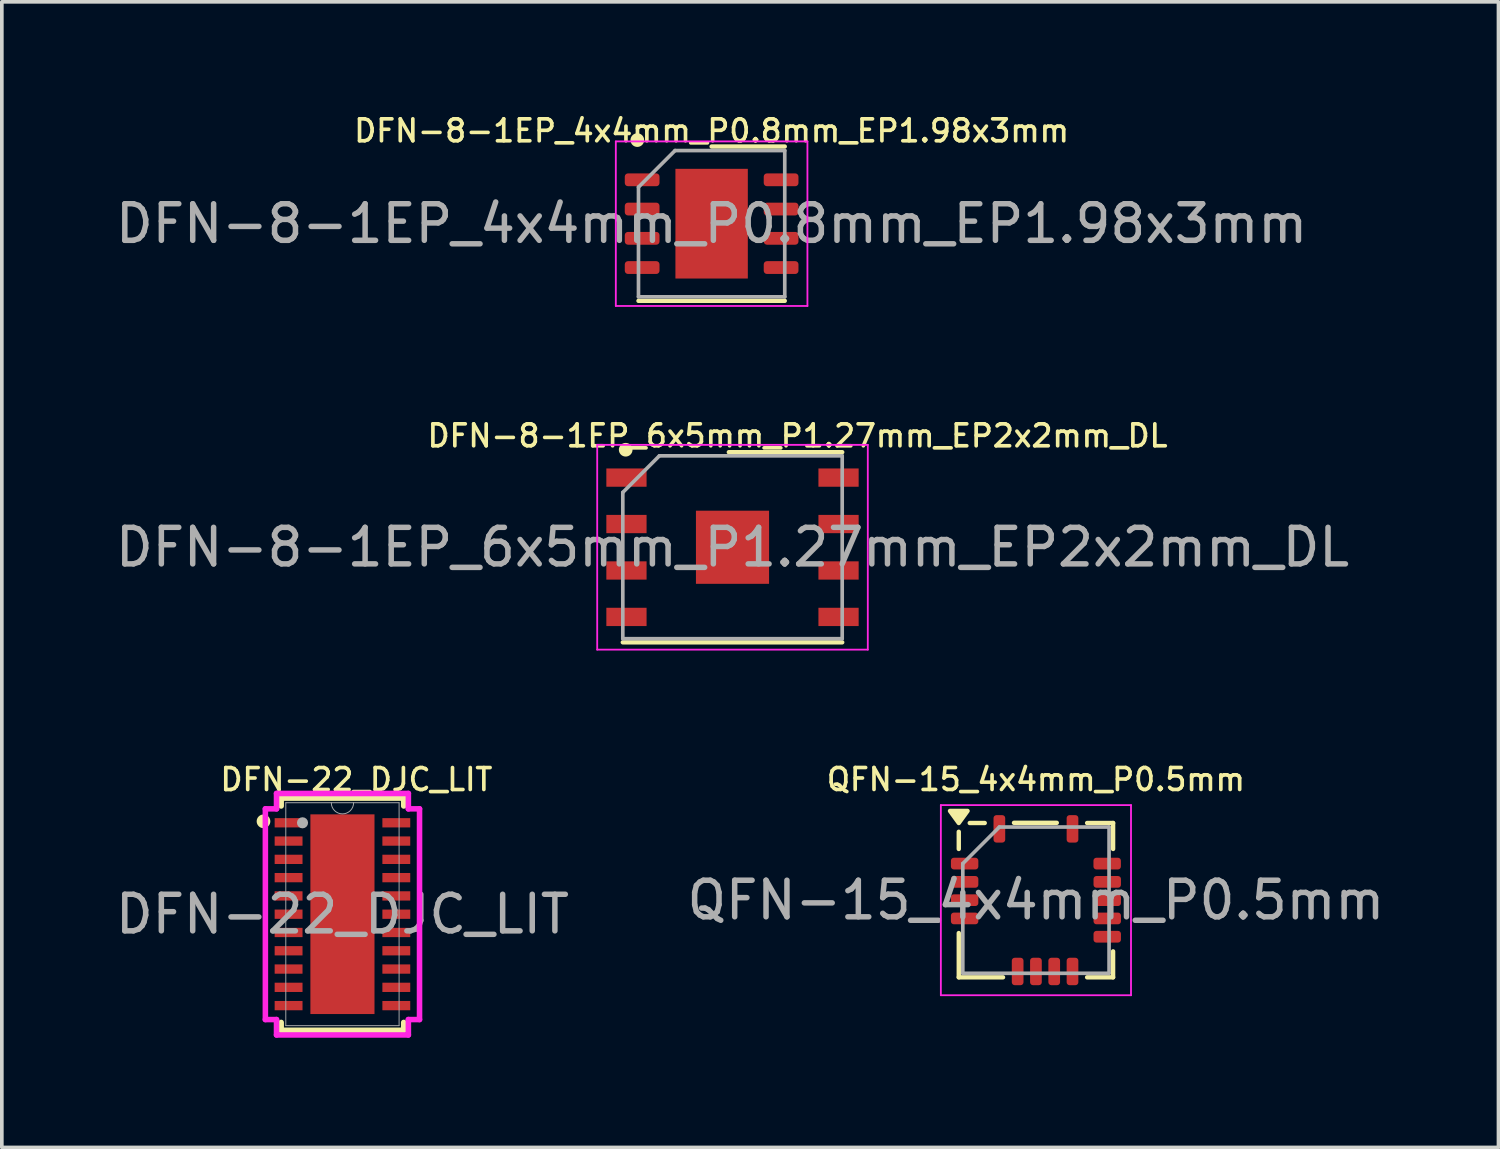
<source format=kicad_pcb>
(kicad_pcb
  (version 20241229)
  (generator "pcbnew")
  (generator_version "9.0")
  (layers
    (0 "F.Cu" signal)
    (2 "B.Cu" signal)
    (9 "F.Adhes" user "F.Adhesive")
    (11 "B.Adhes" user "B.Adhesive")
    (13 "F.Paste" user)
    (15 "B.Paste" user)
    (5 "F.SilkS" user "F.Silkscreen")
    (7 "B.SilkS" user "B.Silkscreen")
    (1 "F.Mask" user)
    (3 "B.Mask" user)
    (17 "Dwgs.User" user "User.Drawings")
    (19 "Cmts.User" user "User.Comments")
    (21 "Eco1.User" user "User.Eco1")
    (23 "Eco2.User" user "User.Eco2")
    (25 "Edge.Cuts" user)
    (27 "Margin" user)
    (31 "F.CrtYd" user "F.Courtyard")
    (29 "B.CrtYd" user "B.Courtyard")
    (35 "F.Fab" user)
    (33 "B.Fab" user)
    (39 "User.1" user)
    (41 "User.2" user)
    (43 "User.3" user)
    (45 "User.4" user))
  (footprint "DFN-22_DJC_LIT"
    (layer "F.Cu")
    (at 6.315 21.951)
    (property "Reference" "DFN-22_DJC_LIT" (at 0.381 -3.683 0) (unlocked yes) (layer "F.SilkS") (effects (font (size 0.6 0.6) (thickness 0.1))))
    (attr smd)
    (fp_line (start -1.676 -3.175) (end -1.676 -2.96) (stroke (width 0.152) (type solid)) (layer "F.SilkS"))
    (fp_line (start -1.676 2.96) (end -1.676 3.175) (stroke (width 0.152) (type solid)) (layer "F.SilkS"))
    (fp_line (start -1.676 3.175) (end 1.676 3.175) (stroke (width 0.152) (type solid)) (layer "F.SilkS"))
    (fp_line (start 1.676 -3.175) (end -1.676 -3.175) (stroke (width 0.152) (type solid)) (layer "F.SilkS"))
    (fp_line (start 1.676 -2.96) (end 1.676 -3.175) (stroke (width 0.152) (type solid)) (layer "F.SilkS"))
    (fp_line (start 1.676 3.175) (end 1.676 2.96) (stroke (width 0.152) (type solid)) (layer "F.SilkS"))
    (fp_circle (center -2.159 -2.54) (end -2.032 -2.54) (stroke (width 0.12) (type solid)) (fill yes) (layer "F.SilkS"))
    (fp_poly (pts (xy -0.776 -2.631) (xy -0.776 -1.465) (xy 0.776 -1.465) (xy 0.776 -2.631)) (stroke (width 0) (type solid)) (fill yes) (layer "F.Paste"))
    (fp_poly (pts (xy -0.776 -1.265) (xy -0.776 -0.1) (xy 0.776 -0.1) (xy 0.776 -1.265)) (stroke (width 0) (type solid)) (fill yes) (layer "F.Paste"))
    (fp_poly (pts (xy -0.776 0.1) (xy -0.776 1.265) (xy 0.776 1.265) (xy 0.776 0.1)) (stroke (width 0) (type solid)) (fill yes) (layer "F.Paste"))
    (fp_poly (pts (xy -0.776 1.465) (xy -0.776 2.631) (xy 0.776 2.631) (xy 0.776 1.465)) (stroke (width 0) (type solid)) (fill yes) (layer "F.Paste"))
    (fp_line (start -2.108 -2.881) (end -1.803 -2.881) (stroke (width 0.152) (type solid)) (layer "F.CrtYd"))
    (fp_line (start -2.108 2.881) (end -2.108 -2.881) (stroke (width 0.152) (type solid)) (layer "F.CrtYd"))
    (fp_line (start -2.108 2.881) (end -1.803 2.881) (stroke (width 0.152) (type solid)) (layer "F.CrtYd"))
    (fp_line (start -1.803 -3.302) (end 1.803 -3.302) (stroke (width 0.152) (type solid)) (layer "F.CrtYd"))
    (fp_line (start -1.803 -2.881) (end -1.803 -3.302) (stroke (width 0.152) (type solid)) (layer "F.CrtYd"))
    (fp_line (start -1.803 3.302) (end -1.803 2.881) (stroke (width 0.152) (type solid)) (layer "F.CrtYd"))
    (fp_line (start 1.803 -3.302) (end 1.803 -2.881) (stroke (width 0.152) (type solid)) (layer "F.CrtYd"))
    (fp_line (start 1.803 2.881) (end 1.803 3.302) (stroke (width 0.152) (type solid)) (layer "F.CrtYd"))
    (fp_line (start 1.803 3.302) (end -1.803 3.302) (stroke (width 0.152) (type solid)) (layer "F.CrtYd"))
    (fp_line (start 2.108 -2.881) (end 1.803 -2.881) (stroke (width 0.152) (type solid)) (layer "F.CrtYd"))
    (fp_line (start 2.108 -2.881) (end 2.108 2.881) (stroke (width 0.152) (type solid)) (layer "F.CrtYd"))
    (fp_line (start 2.108 2.881) (end 1.803 2.881) (stroke (width 0.152) (type solid)) (layer "F.CrtYd"))
    (fp_line (start -1.549 -3.048) (end -1.549 3.048) (stroke (width 0.025) (type solid)) (layer "F.Fab"))
    (fp_line (start -1.549 3.048) (end 1.549 3.048) (stroke (width 0.025) (type solid)) (layer "F.Fab"))
    (fp_line (start 1.549 -3.048) (end -1.549 -3.048) (stroke (width 0.025) (type solid)) (layer "F.Fab"))
    (fp_line (start 1.549 3.048) (end 1.549 -3.048) (stroke (width 0.025) (type solid)) (layer "F.Fab"))
    (fp_arc (start 0.3048 -3.048) (mid 0 -2.7432) (end -0.3048 -3.048) (stroke (width 0.0254) (type solid)) (layer "F.Fab"))
    (fp_circle (center -1.092 -2.5) (end -1.092 -2.5) (stroke (width 0.152) (type solid)) (fill no) (layer "F.Fab"))
    (fp_text user "${REFERENCE}" (at 0 0 0) (unlocked yes) (layer "F.Fab") (effects (font (size 1 1) (thickness 0.15))))
    (pad "1" smd rect (at -1.473 -2.5) (size 0.762 0.254) (layers "F.Cu" "F.Mask" "F.Paste"))
    (pad "2" smd rect (at -1.473 -2) (size 0.762 0.254) (layers "F.Cu" "F.Mask" "F.Paste"))
    (pad "3" smd rect (at -1.473 -1.5) (size 0.762 0.254) (layers "F.Cu" "F.Mask" "F.Paste"))
    (pad "4" smd rect (at -1.473 -1) (size 0.762 0.254) (layers "F.Cu" "F.Mask" "F.Paste"))
    (pad "5" smd rect (at -1.473 -0.5) (size 0.762 0.254) (layers "F.Cu" "F.Mask" "F.Paste"))
    (pad "6" smd rect (at -1.473 0) (size 0.762 0.254) (layers "F.Cu" "F.Mask" "F.Paste"))
    (pad "7" smd rect (at -1.473 0.5) (size 0.762 0.254) (layers "F.Cu" "F.Mask" "F.Paste"))
    (pad "8" smd rect (at -1.473 1) (size 0.762 0.254) (layers "F.Cu" "F.Mask" "F.Paste"))
    (pad "9" smd rect (at -1.473 1.5) (size 0.762 0.254) (layers "F.Cu" "F.Mask" "F.Paste"))
    (pad "10" smd rect (at -1.473 2) (size 0.762 0.254) (layers "F.Cu" "F.Mask" "F.Paste"))
    (pad "11" smd rect (at -1.473 2.5) (size 0.762 0.254) (layers "F.Cu" "F.Mask" "F.Paste"))
    (pad "12" smd rect (at 1.473 2.5) (size 0.762 0.254) (layers "F.Cu" "F.Mask" "F.Paste"))
    (pad "13" smd rect (at 1.473 2) (size 0.762 0.254) (layers "F.Cu" "F.Mask" "F.Paste"))
    (pad "14" smd rect (at 1.473 1.5) (size 0.762 0.254) (layers "F.Cu" "F.Mask" "F.Paste"))
    (pad "15" smd rect (at 1.473 1) (size 0.762 0.254) (layers "F.Cu" "F.Mask" "F.Paste"))
    (pad "16" smd rect (at 1.473 0.5) (size 0.762 0.254) (layers "F.Cu" "F.Mask" "F.Paste"))
    (pad "17" smd rect (at 1.473 0) (size 0.762 0.254) (layers "F.Cu" "F.Mask" "F.Paste"))
    (pad "18" smd rect (at 1.473 -0.5) (size 0.762 0.254) (layers "F.Cu" "F.Mask" "F.Paste"))
    (pad "19" smd rect (at 1.473 -1) (size 0.762 0.254) (layers "F.Cu" "F.Mask" "F.Paste"))
    (pad "20" smd rect (at 1.473 -1.5) (size 0.762 0.254) (layers "F.Cu" "F.Mask" "F.Paste"))
    (pad "21" smd rect (at 1.473 -2) (size 0.762 0.254) (layers "F.Cu" "F.Mask" "F.Paste"))
    (pad "22" smd rect (at 1.473 -2.5) (size 0.762 0.254) (layers "F.Cu" "F.Mask" "F.Paste"))
    (pad "23" smd rect (at 0 0) (size 1.753 5.461) (layers "F.Cu" "F.Mask" "F.Paste")))
  (footprint "DFN-8-1EP_4x4mm_P0.8mm_EP1.98x3mm"
    (layer "F.Cu")
    (at 16.411 3.067)
    (property "Reference" "DFN-8-1EP_4x4mm_P0.8mm_EP1.98x3mm" (at 0 -2.54 0) (layer "F.SilkS") (effects (font (size 0.6 0.6) (thickness 0.1))))
    (attr smd)
    (fp_line (start -2 2.11) (end 2 2.11) (stroke (width 0.12) (type solid)) (layer "F.SilkS"))
    (fp_line (start 0 -2.11) (end 2 -2.11) (stroke (width 0.12) (type solid)) (layer "F.SilkS"))
    (fp_circle (center -2.032 -2.286) (end -1.905 -2.286) (stroke (width 0.12) (type solid)) (fill yes) (layer "F.SilkS"))
    (fp_line (start -2.62 -2.25) (end -2.62 2.25) (stroke (width 0.05) (type solid)) (layer "F.CrtYd"))
    (fp_line (start -2.62 2.25) (end 2.62 2.25) (stroke (width 0.05) (type solid)) (layer "F.CrtYd"))
    (fp_line (start 2.62 -2.25) (end -2.62 -2.25) (stroke (width 0.05) (type solid)) (layer "F.CrtYd"))
    (fp_line (start 2.62 2.25) (end 2.62 -2.25) (stroke (width 0.05) (type solid)) (layer "F.CrtYd"))
    (fp_line (start -2 -1) (end -1 -2) (stroke (width 0.1) (type solid)) (layer "F.Fab"))
    (fp_line (start -2 2) (end -2 -1) (stroke (width 0.1) (type solid)) (layer "F.Fab"))
    (fp_line (start -1 -2) (end 2 -2) (stroke (width 0.1) (type solid)) (layer "F.Fab"))
    (fp_line (start 2 -2) (end 2 2) (stroke (width 0.1) (type solid)) (layer "F.Fab"))
    (fp_line (start 2 2) (end -2 2) (stroke (width 0.1) (type solid)) (layer "F.Fab"))
    (fp_text user "${REFERENCE}" (at 0 0 0) (layer "F.Fab") (effects (font (size 1 1) (thickness 0.15))))
    (pad "" smd roundrect (at -0.575 -0.81) (size 0.8 1.31) (layers "F.Paste") (roundrect_rratio 0.25))
    (pad "" smd roundrect (at -0.575 0.81) (size 0.8 1.31) (layers "F.Paste") (roundrect_rratio 0.25))
    (pad "" smd roundrect (at 0.575 -0.81) (size 0.8 1.31) (layers "F.Paste") (roundrect_rratio 0.25))
    (pad "" smd roundrect (at 0.575 0.81) (size 0.8 1.31) (layers "F.Paste") (roundrect_rratio 0.25))
    (pad "1" smd roundrect (at -1.9 -1.2) (size 0.95 0.35) (layers "F.Cu" "F.Mask" "F.Paste") (roundrect_rratio 0.25))
    (pad "2" smd roundrect (at -1.9 -0.4) (size 0.95 0.35) (layers "F.Cu" "F.Mask" "F.Paste") (roundrect_rratio 0.25))
    (pad "3" smd roundrect (at -1.9 0.4) (size 0.95 0.35) (layers "F.Cu" "F.Mask" "F.Paste") (roundrect_rratio 0.25))
    (pad "4" smd roundrect (at -1.9 1.2) (size 0.95 0.35) (layers "F.Cu" "F.Mask" "F.Paste") (roundrect_rratio 0.25))
    (pad "5" smd roundrect (at 1.9 1.2) (size 0.95 0.35) (layers "F.Cu" "F.Mask" "F.Paste") (roundrect_rratio 0.25))
    (pad "6" smd roundrect (at 1.9 0.4) (size 0.95 0.35) (layers "F.Cu" "F.Mask" "F.Paste") (roundrect_rratio 0.25))
    (pad "7" smd roundrect (at 1.9 -0.4) (size 0.95 0.35) (layers "F.Cu" "F.Mask" "F.Paste") (roundrect_rratio 0.25))
    (pad "8" smd roundrect (at 1.9 -1.2) (size 0.95 0.35) (layers "F.Cu" "F.Mask" "F.Paste") (roundrect_rratio 0.25))
    (pad "9" smd rect (at 0 0) (size 1.98 3) (layers "F.Cu" "F.Mask")))
  (footprint "DFN-8-1EP_6x5mm_P1.27mm_EP2x2mm_DL"
    (layer "F.Cu")
    (at 16.982 11.916)
    (property "Reference" "DFN-8-1EP_6x5mm_P1.27mm_EP2x2mm_DL" (at 1.778 -3.048 0) (layer "F.SilkS") (effects (font (size 0.6 0.6) (thickness 0.1))))
    (attr smd)
    (fp_line (start -3 2.6) (end 3 2.6) (stroke (width 0.12) (type solid)) (layer "F.SilkS"))
    (fp_line (start -0.1 -2.6) (end 3 -2.6) (stroke (width 0.12) (type solid)) (layer "F.SilkS"))
    (fp_circle (center -2.921 -2.667) (end -2.794 -2.667) (stroke (width 0.12) (type solid)) (fill yes) (layer "F.SilkS"))
    (fp_line (start -3.7 -2.8) (end 3.7 -2.8) (stroke (width 0.05) (type solid)) (layer "F.CrtYd"))
    (fp_line (start -3.7 2.8) (end -3.7 -2.8) (stroke (width 0.05) (type solid)) (layer "F.CrtYd"))
    (fp_line (start 3.7 -2.8) (end 3.7 2.8) (stroke (width 0.05) (type solid)) (layer "F.CrtYd"))
    (fp_line (start 3.7 2.8) (end -3.7 2.8) (stroke (width 0.05) (type solid)) (layer "F.CrtYd"))
    (fp_line (start -3 2.5) (end -3 -1.5) (stroke (width 0.1) (type solid)) (layer "F.Fab"))
    (fp_line (start -2 -2.5) (end -3 -1.5) (stroke (width 0.1) (type solid)) (layer "F.Fab"))
    (fp_line (start -2 -2.5) (end 3 -2.5) (stroke (width 0.1) (type solid)) (layer "F.Fab"))
    (fp_line (start 3 -2.5) (end 3 2.5) (stroke (width 0.1) (type solid)) (layer "F.Fab"))
    (fp_line (start 3 2.5) (end -3 2.5) (stroke (width 0.1) (type solid)) (layer "F.Fab"))
    (fp_text user "${REFERENCE}" (at 0 0 0) (layer "F.Fab") (effects (font (size 1 1) (thickness 0.15))))
    (pad "" smd rect (at -0.5 -0.5 270) (size 0.8 0.8) (layers "F.Paste"))
    (pad "" smd rect (at -0.5 0.5 270) (size 0.8 0.8) (layers "F.Paste"))
    (pad "" smd rect (at 0.5 -0.5 270) (size 0.8 0.8) (layers "F.Paste"))
    (pad "" smd rect (at 0.5 0.5 270) (size 0.8 0.8) (layers "F.Paste"))
    (pad "1" smd rect (at -2.9 -1.905 270) (size 0.5 1.1) (layers "F.Cu" "F.Mask" "F.Paste"))
    (pad "2" smd rect (at -2.9 -0.635 270) (size 0.5 1.1) (layers "F.Cu" "F.Mask" "F.Paste"))
    (pad "3" smd rect (at -2.9 0.635 270) (size 0.5 1.1) (layers "F.Cu" "F.Mask" "F.Paste"))
    (pad "4" smd rect (at -2.9 1.905 270) (size 0.5 1.1) (layers "F.Cu" "F.Mask" "F.Paste"))
    (pad "5" smd rect (at 2.9 1.905 270) (size 0.5 1.1) (layers "F.Cu" "F.Mask" "F.Paste"))
    (pad "6" smd rect (at 2.9 0.635 270) (size 0.5 1.1) (layers "F.Cu" "F.Mask" "F.Paste"))
    (pad "7" smd rect (at 2.9 -0.635 270) (size 0.5 1.1) (layers "F.Cu" "F.Mask" "F.Paste"))
    (pad "8" smd rect (at 2.9 -1.905 270) (size 0.5 1.1) (layers "F.Cu" "F.Mask" "F.Paste"))
    (pad "9" smd rect (at 0 0 270) (size 2 2) (layers "F.Cu" "F.Mask")))
  (footprint "QFN-15_4x4mm_P0.5mm"
    (layer "F.Cu")
    (at 25.28 21.567)
    (property "Reference" "QFN-15_4x4mm_P0.5mm" (at 0 -3.3 0) (layer "F.SilkS") (effects (font (size 0.6 0.6) (thickness 0.1) (bold yes))))
    (attr smd)
    (fp_line (start -2.11 -1.4) (end -2.11 -1.87) (stroke (width 0.12) (type solid)) (layer "F.SilkS"))
    (fp_line (start -2.11 2.11) (end -2.11 0.9) (stroke (width 0.12) (type solid)) (layer "F.SilkS"))
    (fp_line (start -1.4 -2.11) (end -1.81 -2.11) (stroke (width 0.12) (type solid)) (layer "F.SilkS"))
    (fp_line (start -0.9 2.11) (end -2.11 2.11) (stroke (width 0.12) (type solid)) (layer "F.SilkS"))
    (fp_line (start -0.6 -2.115) (end 0.57 -2.115) (stroke (width 0.12) (type solid)) (layer "F.SilkS"))
    (fp_line (start 1.4 -2.11) (end 2.11 -2.11) (stroke (width 0.12) (type solid)) (layer "F.SilkS"))
    (fp_line (start 1.4 2.11) (end 2.11 2.11) (stroke (width 0.12) (type solid)) (layer "F.SilkS"))
    (fp_line (start 2.11 -2.11) (end 2.11 -1.4) (stroke (width 0.12) (type solid)) (layer "F.SilkS"))
    (fp_line (start 2.11 2.11) (end 2.11 1.4) (stroke (width 0.12) (type solid)) (layer "F.SilkS"))
    (fp_poly (pts (xy -2.11 -2.11) (xy -2.35 -2.44) (xy -1.87 -2.44) (xy -2.11 -2.11)) (stroke (width 0.12) (type solid)) (fill yes) (layer "F.SilkS"))
    (fp_line (start -2.6 -2.6) (end -2.6 2.6) (stroke (width 0.05) (type solid)) (layer "F.CrtYd"))
    (fp_line (start -2.6 2.6) (end 2.6 2.6) (stroke (width 0.05) (type solid)) (layer "F.CrtYd"))
    (fp_line (start 2.6 -2.6) (end -2.6 -2.6) (stroke (width 0.05) (type solid)) (layer "F.CrtYd"))
    (fp_line (start 2.6 2.6) (end 2.6 -2.6) (stroke (width 0.05) (type solid)) (layer "F.CrtYd"))
    (fp_line (start -2 -1) (end -1 -2) (stroke (width 0.1) (type solid)) (layer "F.Fab"))
    (fp_line (start -2 2) (end -2 -1) (stroke (width 0.1) (type solid)) (layer "F.Fab"))
    (fp_line (start -1 -2) (end 2 -2) (stroke (width 0.1) (type solid)) (layer "F.Fab"))
    (fp_line (start 2 -2) (end 2 2) (stroke (width 0.1) (type solid)) (layer "F.Fab"))
    (fp_line (start 2 2) (end -2 2) (stroke (width 0.1) (type solid)) (layer "F.Fab"))
    (fp_text user "${REFERENCE}" (at 0 0 0) (layer "F.Fab") (effects (font (size 1 1) (thickness 0.15))))
    (pad "1" smd roundrect (at -1.95 -1) (size 0.75 0.32) (layers "F.Cu" "F.Mask" "F.Paste") (roundrect_rratio 0.25))
    (pad "2" smd roundrect (at -1.95 -0.5) (size 0.75 0.32) (layers "F.Cu" "F.Mask" "F.Paste") (roundrect_rratio 0.25))
    (pad "3" smd roundrect (at -1.95 0) (size 0.75 0.32) (layers "F.Cu" "F.Mask" "F.Paste") (roundrect_rratio 0.25))
    (pad "4" smd roundrect (at -1.95 0.5) (size 0.75 0.32) (layers "F.Cu" "F.Mask" "F.Paste") (roundrect_rratio 0.25))
    (pad "5" smd roundrect (at -0.5 1.95) (size 0.32 0.75) (layers "F.Cu" "F.Mask" "F.Paste") (roundrect_rratio 0.25))
    (pad "6" smd roundrect (at 0 1.95) (size 0.32 0.75) (layers "F.Cu" "F.Mask" "F.Paste") (roundrect_rratio 0.25))
    (pad "7" smd roundrect (at 0.5 1.95) (size 0.32 0.75) (layers "F.Cu" "F.Mask" "F.Paste") (roundrect_rratio 0.25))
    (pad "8" smd roundrect (at 1 1.95) (size 0.32 0.75) (layers "F.Cu" "F.Mask" "F.Paste") (roundrect_rratio 0.25))
    (pad "9" smd roundrect (at 1.95 1) (size 0.75 0.32) (layers "F.Cu" "F.Mask" "F.Paste") (roundrect_rratio 0.25))
    (pad "10" smd roundrect (at 1.95 0.5) (size 0.75 0.32) (layers "F.Cu" "F.Mask" "F.Paste") (roundrect_rratio 0.25))
    (pad "11" smd roundrect (at 1.95 0) (size 0.75 0.32) (layers "F.Cu" "F.Mask" "F.Paste") (roundrect_rratio 0.25))
    (pad "12" smd roundrect (at 1.95 -0.5) (size 0.75 0.32) (layers "F.Cu" "F.Mask" "F.Paste") (roundrect_rratio 0.25))
    (pad "13" smd roundrect (at 1.948 -1 90) (size 0.32 0.75) (layers "F.Cu" "F.Mask" "F.Paste") (roundrect_rratio 0.25))
    (pad "14" smd roundrect (at 1 -1.95) (size 0.32 0.75) (layers "F.Cu" "F.Mask" "F.Paste") (roundrect_rratio 0.25))
    (pad "15" smd roundrect (at -1 -1.95) (size 0.32 0.75) (layers "F.Cu" "F.Mask" "F.Paste") (roundrect_rratio 0.25)))
  (gr_rect
    (start -3 -3)
    (end 37.929 28.329)
    (stroke (width 0.1) (type default))
    (fill no)
    (layer "Edge.Cuts")))
</source>
